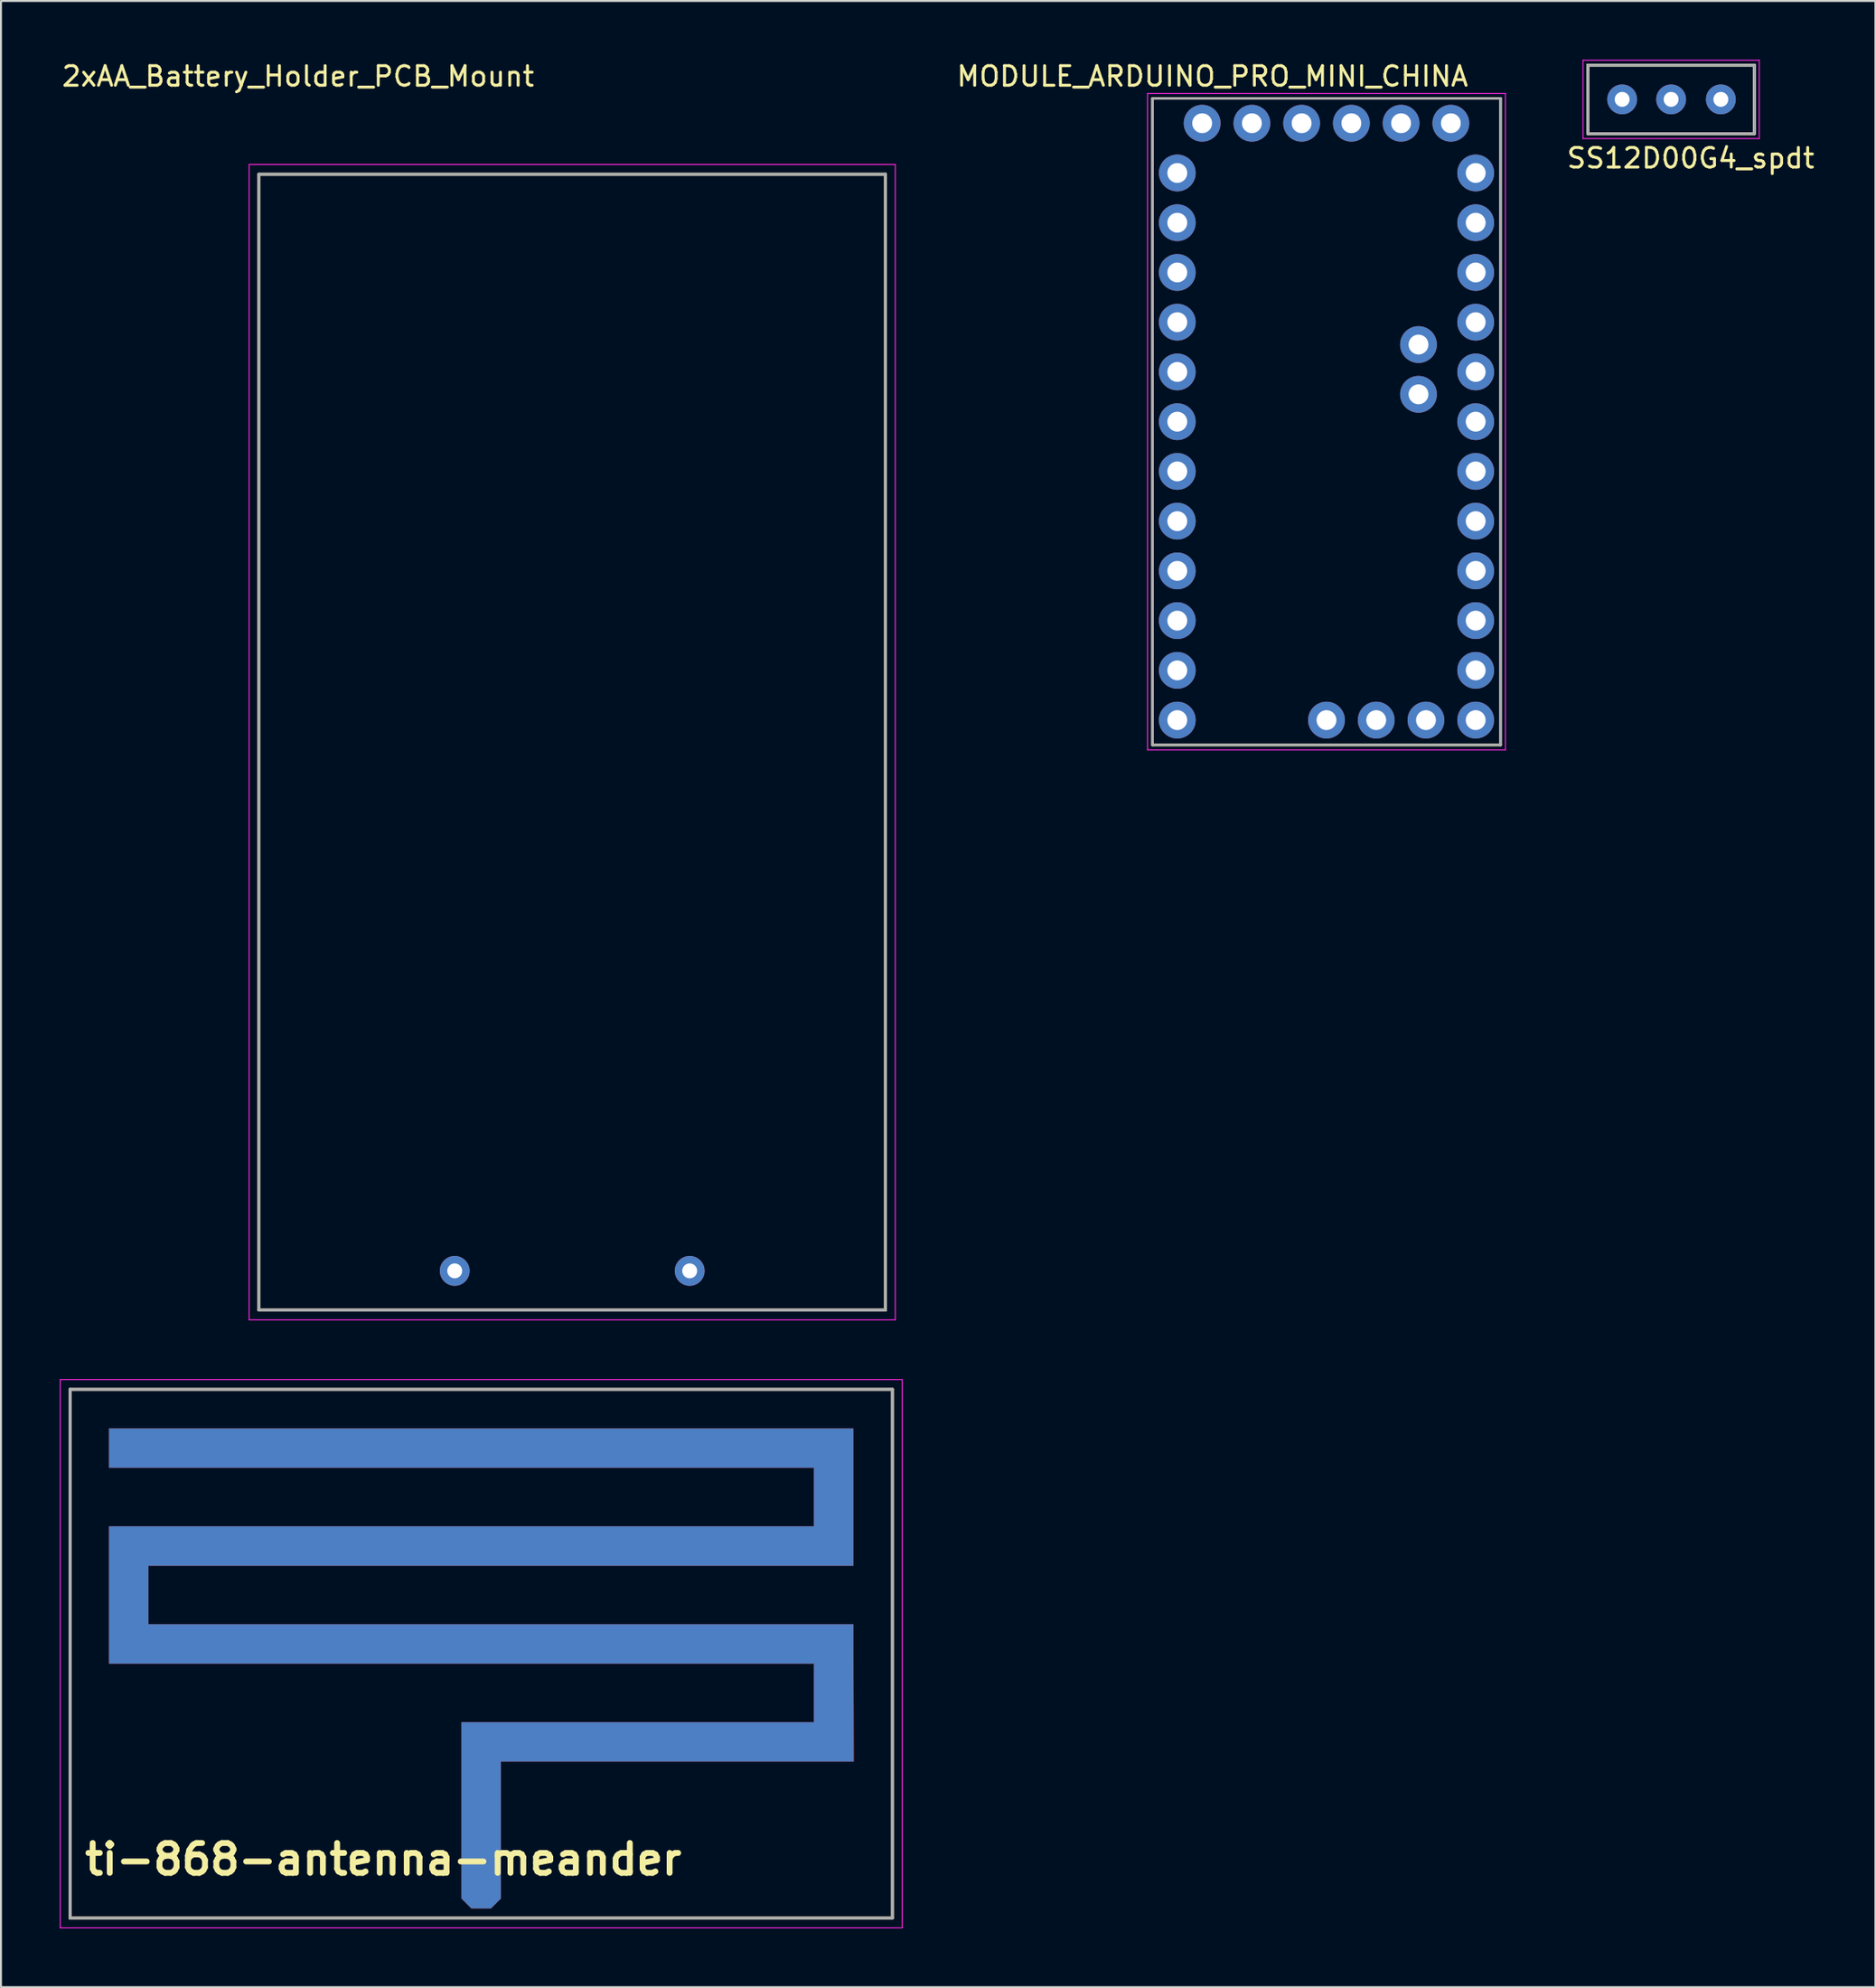
<source format=kicad_pcb>
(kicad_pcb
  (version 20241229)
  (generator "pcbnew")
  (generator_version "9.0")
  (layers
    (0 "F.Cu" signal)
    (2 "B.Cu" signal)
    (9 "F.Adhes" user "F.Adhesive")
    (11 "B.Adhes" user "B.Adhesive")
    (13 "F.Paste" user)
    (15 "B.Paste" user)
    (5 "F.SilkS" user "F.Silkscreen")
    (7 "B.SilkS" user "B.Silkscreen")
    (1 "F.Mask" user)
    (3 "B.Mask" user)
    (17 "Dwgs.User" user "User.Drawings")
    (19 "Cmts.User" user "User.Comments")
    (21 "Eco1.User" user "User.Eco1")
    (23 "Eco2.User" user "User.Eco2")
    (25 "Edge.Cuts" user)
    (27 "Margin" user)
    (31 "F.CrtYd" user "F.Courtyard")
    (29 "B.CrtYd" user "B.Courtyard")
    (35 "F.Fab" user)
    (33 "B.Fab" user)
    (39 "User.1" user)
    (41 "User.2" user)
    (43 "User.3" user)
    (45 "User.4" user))
  (footprint "2xAA_Battery_Holder_PCB_Mount"
    (layer "F.Cu")
    (at 26.173 63.848)
    (property "Reference" "2xAA_Battery_Holder_PCB_Mount" (at -14 -63 0) (layer "F.SilkS") (effects (font (size 1 1) (thickness 0.15))))
    (attr through_hole)
    (fp_line (start -16 -58) (end 16 -58) (stroke (width 0.15) (type solid)) (layer "F.SilkS"))
    (fp_line (start -16 0) (end -16 -58) (stroke (width 0.15) (type solid)) (layer "F.SilkS"))
    (fp_line (start -16 0) (end 16 0) (stroke (width 0.15) (type solid)) (layer "F.SilkS"))
    (fp_line (start 16 0) (end 16 -58) (stroke (width 0.15) (type solid)) (layer "F.SilkS"))
    (fp_line (start -16.5 -58.5) (end 16.5 -58.5) (stroke (width 0.05) (type solid)) (layer "F.CrtYd"))
    (fp_line (start -16.5 0.5) (end -16.5 -58.5) (stroke (width 0.05) (type solid)) (layer "F.CrtYd"))
    (fp_line (start 16.5 -58.5) (end 16.5 0.5) (stroke (width 0.05) (type solid)) (layer "F.CrtYd"))
    (fp_line (start 16.5 0.5) (end -16.5 0.5) (stroke (width 0.05) (type solid)) (layer "F.CrtYd"))
    (fp_line (start -16 -58) (end -16 0) (stroke (width 0.15) (type solid)) (layer "F.Fab"))
    (fp_line (start -16 -58) (end 16 -58) (stroke (width 0.15) (type solid)) (layer "F.Fab"))
    (fp_line (start -16 0) (end 16 0) (stroke (width 0.15) (type solid)) (layer "F.Fab"))
    (fp_line (start 16 0) (end 16 -58) (stroke (width 0.15) (type solid)) (layer "F.Fab"))
    (pad "1" thru_hole circle (at -6 -2) (size 1.524 1.524) (drill 0.762) (layers "*.Cu" "*.Mask"))
    (pad "2" thru_hole circle (at 6 -2) (size 1.524 1.524) (drill 0.762) (layers "*.Cu" "*.Mask")))
  (footprint "SS12D00G4_spdt"
    (layer "F.Cu")
    (at 82.295 2.025)
    (property "Reference" "SS12D00G4_spdt" (at 1 3 0) (layer "F.SilkS") (effects (font (size 1 1) (thickness 0.15))))
    (attr through_hole)
    (fp_line (start -4.25 -1.75) (end -4.25 -1.5) (stroke (width 0.15) (type solid)) (layer "F.SilkS"))
    (fp_line (start -4.25 -1.75) (end -4.25 1.75) (stroke (width 0.15) (type solid)) (layer "F.SilkS"))
    (fp_line (start -4.25 -1.75) (end 4.25 -1.75) (stroke (width 0.15) (type solid)) (layer "F.SilkS"))
    (fp_line (start -4.25 1.75) (end 4.25 1.75) (stroke (width 0.15) (type solid)) (layer "F.SilkS"))
    (fp_line (start 4.25 -1.75) (end 4.25 1.75) (stroke (width 0.15) (type solid)) (layer "F.SilkS"))
    (fp_line (start -4.5 -2) (end -4.5 2) (stroke (width 0.05) (type solid)) (layer "F.CrtYd"))
    (fp_line (start -4.5 2) (end 4.5 2) (stroke (width 0.05) (type solid)) (layer "F.CrtYd"))
    (fp_line (start 4.5 -2) (end -4.5 -2) (stroke (width 0.05) (type solid)) (layer "F.CrtYd"))
    (fp_line (start 4.5 2) (end 4.5 -2) (stroke (width 0.05) (type solid)) (layer "F.CrtYd"))
    (fp_line (start -4.25 -1.75) (end -4.25 1.75) (stroke (width 0.15) (type solid)) (layer "F.Fab"))
    (fp_line (start -4.25 -1.75) (end 4.25 -1.75) (stroke (width 0.15) (type solid)) (layer "F.Fab"))
    (fp_line (start 4.25 -1.75) (end 4.25 1.75) (stroke (width 0.15) (type solid)) (layer "F.Fab"))
    (fp_line (start 4.25 1.75) (end -4.25 1.75) (stroke (width 0.15) (type solid)) (layer "F.Fab"))
    (pad "1" thru_hole circle (at -2.5 0) (size 1.524 1.524) (drill 0.762) (layers "*.Cu" "*.Mask"))
    (pad "2" thru_hole circle (at 0 0) (size 1.524 1.524) (drill 0.762) (layers "*.Cu" "*.Mask"))
    (pad "3" thru_hole circle (at 2.54 0) (size 1.524 1.524) (drill 0.762) (layers "*.Cu" "*.Mask")))
  (footprint "ti-868-antenna-meander"
    (layer "F.Cu")
    (at 21.525 85.898)
    (property "Reference" "ti-868-antenna-meander" (at -5 6 0) (layer "F.SilkS") (effects (font (size 1.524 1.524) (thickness 0.3))))
    (attr through_hole)
    (fp_poly (pts (xy 18.5 -9) (xy -17 -9) (xy -17 -6) (xy 19 -6) (xy 19.034 1) (xy 1 1) (xy 1 8) (xy 0.5 8.5) (xy -0.5 8.5) (xy -1 8) (xy -1 -1) (xy 17 -1) (xy 17 -4) (xy -19 -4) (xy -19 -11) (xy 17 -11) (xy 17 -14) (xy -19 -14) (xy -19 -16) (xy 19 -16) (xy 19 -9)) (stroke (width 0.01) (type solid)) (fill yes) (layer "F.Cu"))
    (fp_poly (pts (xy 18.5 -9) (xy -17 -9) (xy -17 -6) (xy 19 -6) (xy 19 1) (xy 1 1) (xy 1 8) (xy 0.5 8.5) (xy -0.5 8.5) (xy -1 8) (xy -1 -1) (xy 17 -1) (xy 17 -4) (xy -19 -4) (xy -19 -11) (xy 17 -11) (xy 17 -14) (xy -19 -14) (xy -19 -16) (xy 19 -16) (xy 19 -9)) (stroke (width 0.01) (type solid)) (fill yes) (layer "B.Cu"))
    (fp_line (start -21 -18) (end 21 -18) (stroke (width 0.15) (type solid)) (layer "F.SilkS"))
    (fp_line (start -21 9) (end -21 -18) (stroke (width 0.15) (type solid)) (layer "F.SilkS"))
    (fp_line (start 21 -18) (end 21 9) (stroke (width 0.15) (type solid)) (layer "F.SilkS"))
    (fp_line (start 21 9) (end -21 9) (stroke (width 0.15) (type solid)) (layer "F.SilkS"))
    (fp_line (start -21.5 -18.5) (end 21.5 -18.5) (stroke (width 0.05) (type solid)) (layer "F.CrtYd"))
    (fp_line (start -21.5 9.5) (end -21.5 -18.5) (stroke (width 0.05) (type solid)) (layer "F.CrtYd"))
    (fp_line (start 21.5 -18.5) (end 21.5 9.5) (stroke (width 0.05) (type solid)) (layer "F.CrtYd"))
    (fp_line (start 21.5 9.5) (end -21.5 9.5) (stroke (width 0.05) (type solid)) (layer "F.CrtYd"))
    (fp_line (start -21 -18) (end -21 9) (stroke (width 0.15) (type solid)) (layer "F.Fab"))
    (fp_line (start -21 9) (end 21 9) (stroke (width 0.15) (type solid)) (layer "F.Fab"))
    (fp_line (start 21 -18) (end -21 -18) (stroke (width 0.15) (type solid)) (layer "F.Fab"))
    (fp_line (start 21 9) (end 21 -18) (stroke (width 0.15) (type solid)) (layer "F.Fab"))
    (pad "1" smd circle (at 0 7) (size 1.524 1.524) (layers "F.Cu" "F.Mask" "F.Paste")))
  (footprint "MODULE_ARDUINO_PRO_MINI_CHINA"
    (layer "F.Cu")
    (at 64.695 18.483)
    (property "Reference" "MODULE_ARDUINO_PRO_MINI_CHINA" (at -5.825 -17.635 0) (layer "F.SilkS") (effects (font (size 1 1) (thickness 0.15))))
    (attr through_hole)
    (fp_line (start -8.89 -16.51) (end -8.89 16.51) (stroke (width 0.127) (type solid)) (layer "F.SilkS"))
    (fp_line (start -8.89 16.51) (end 8.89 16.51) (stroke (width 0.127) (type solid)) (layer "F.SilkS"))
    (fp_line (start 8.89 -16.51) (end -8.89 -16.51) (stroke (width 0.127) (type solid)) (layer "F.SilkS"))
    (fp_line (start 8.89 16.51) (end 8.89 -16.51) (stroke (width 0.127) (type solid)) (layer "F.SilkS"))
    (fp_line (start -9.14 -16.76) (end 9.14 -16.76) (stroke (width 0.05) (type solid)) (layer "F.CrtYd"))
    (fp_line (start -9.14 16.76) (end -9.14 -16.76) (stroke (width 0.05) (type solid)) (layer "F.CrtYd"))
    (fp_line (start 9.14 -16.76) (end 9.14 16.76) (stroke (width 0.05) (type solid)) (layer "F.CrtYd"))
    (fp_line (start 9.14 16.76) (end -9.14 16.76) (stroke (width 0.05) (type solid)) (layer "F.CrtYd"))
    (fp_line (start -8.89 -16.51) (end -8.89 16.51) (stroke (width 0.127) (type solid)) (layer "F.Fab"))
    (fp_line (start -8.89 16.51) (end 8.89 16.51) (stroke (width 0.127) (type solid)) (layer "F.Fab"))
    (fp_line (start 8.89 -16.51) (end -8.89 -16.51) (stroke (width 0.127) (type solid)) (layer "F.Fab"))
    (fp_line (start 8.89 16.51) (end 8.89 -16.51) (stroke (width 0.127) (type solid)) (layer "F.Fab"))
    (pad "JP1_1" thru_hole circle (at -6.35 -15.24) (size 1.88 1.88) (drill 1.016) (layers "*.Cu" "*.Mask"))
    (pad "JP1_2" thru_hole circle (at -3.81 -15.24) (size 1.88 1.88) (drill 1.016) (layers "*.Cu" "*.Mask"))
    (pad "JP1_3" thru_hole circle (at -1.27 -15.24) (size 1.88 1.88) (drill 1.016) (layers "*.Cu" "*.Mask"))
    (pad "JP1_4" thru_hole circle (at 1.27 -15.24) (size 1.88 1.88) (drill 1.016) (layers "*.Cu" "*.Mask"))
    (pad "JP1_5" thru_hole circle (at 3.81 -15.24) (size 1.88 1.88) (drill 1.016) (layers "*.Cu" "*.Mask"))
    (pad "JP1_6" thru_hole circle (at 0 15.24) (size 1.88 1.88) (drill 1.016) (layers "*.Cu" "*.Mask"))
    (pad "JP1_6" thru_hole circle (at 6.35 -15.24) (size 1.88 1.88) (drill 1.016) (layers "*.Cu" "*.Mask"))
    (pad "JP2_1" thru_hole circle (at 4.699 -1.397) (size 1.88 1.88) (drill 1.016) (layers "*.Cu" "*.Mask"))
    (pad "JP2_2" thru_hole circle (at 4.699 -3.937) (size 1.88 1.88) (drill 1.016) (layers "*.Cu" "*.Mask"))
    (pad "JP3_1" thru_hole circle (at 2.54 15.24) (size 1.88 1.88) (drill 1.016) (layers "*.Cu" "*.Mask"))
    (pad "JP3_2" thru_hole circle (at 5.08 15.24) (size 1.88 1.88) (drill 1.016) (layers "*.Cu" "*.Mask"))
    (pad "JP6_1" thru_hole circle (at 7.62 -12.7) (size 1.88 1.88) (drill 1.016) (layers "*.Cu" "*.Mask"))
    (pad "JP6_2" thru_hole circle (at 7.62 -10.16) (size 1.88 1.88) (drill 1.016) (layers "*.Cu" "*.Mask"))
    (pad "JP6_3" thru_hole circle (at 7.62 -7.62) (size 1.88 1.88) (drill 1.016) (layers "*.Cu" "*.Mask"))
    (pad "JP6_4" thru_hole circle (at 7.62 -5.08) (size 1.88 1.88) (drill 1.016) (layers "*.Cu" "*.Mask"))
    (pad "JP6_5" thru_hole circle (at 7.62 -2.54) (size 1.88 1.88) (drill 1.016) (layers "*.Cu" "*.Mask"))
    (pad "JP6_6" thru_hole circle (at 7.62 0) (size 1.88 1.88) (drill 1.016) (layers "*.Cu" "*.Mask"))
    (pad "JP6_7" thru_hole circle (at 7.62 2.54) (size 1.88 1.88) (drill 1.016) (layers "*.Cu" "*.Mask"))
    (pad "JP6_8" thru_hole circle (at 7.62 5.08) (size 1.88 1.88) (drill 1.016) (layers "*.Cu" "*.Mask"))
    (pad "JP6_9" thru_hole circle (at 7.62 7.62) (size 1.88 1.88) (drill 1.016) (layers "*.Cu" "*.Mask"))
    (pad "JP6_10" thru_hole circle (at 7.62 10.16) (size 1.88 1.88) (drill 1.016) (layers "*.Cu" "*.Mask"))
    (pad "JP6_11" thru_hole circle (at 7.62 12.7) (size 1.88 1.88) (drill 1.016) (layers "*.Cu" "*.Mask"))
    (pad "JP6_12" thru_hole circle (at 7.62 15.24) (size 1.88 1.88) (drill 1.016) (layers "*.Cu" "*.Mask"))
    (pad "JP7_1" thru_hole circle (at -7.62 15.24) (size 1.88 1.88) (drill 1.016) (layers "*.Cu" "*.Mask"))
    (pad "JP7_2" thru_hole circle (at -7.62 12.7) (size 1.88 1.88) (drill 1.016) (layers "*.Cu" "*.Mask"))
    (pad "JP7_3" thru_hole circle (at -7.62 10.16) (size 1.88 1.88) (drill 1.016) (layers "*.Cu" "*.Mask"))
    (pad "JP7_4" thru_hole circle (at -7.62 7.62) (size 1.88 1.88) (drill 1.016) (layers "*.Cu" "*.Mask"))
    (pad "JP7_5" thru_hole circle (at -7.62 5.08) (size 1.88 1.88) (drill 1.016) (layers "*.Cu" "*.Mask"))
    (pad "JP7_6" thru_hole circle (at -7.62 2.54) (size 1.88 1.88) (drill 1.016) (layers "*.Cu" "*.Mask"))
    (pad "JP7_7" thru_hole circle (at -7.62 0) (size 1.88 1.88) (drill 1.016) (layers "*.Cu" "*.Mask"))
    (pad "JP7_8" thru_hole circle (at -7.62 -2.54) (size 1.88 1.88) (drill 1.016) (layers "*.Cu" "*.Mask"))
    (pad "JP7_9" thru_hole circle (at -7.62 -5.08) (size 1.88 1.88) (drill 1.016) (layers "*.Cu" "*.Mask"))
    (pad "JP7_10" thru_hole circle (at -7.62 -7.62) (size 1.88 1.88) (drill 1.016) (layers "*.Cu" "*.Mask"))
    (pad "JP7_11" thru_hole circle (at -7.62 -10.16) (size 1.88 1.88) (drill 1.016) (layers "*.Cu" "*.Mask"))
    (pad "JP7_12" thru_hole circle (at -7.62 -12.7) (size 1.88 1.88) (drill 1.016) (layers "*.Cu" "*.Mask")))
  (gr_rect
    (start -3 -3)
    (end 92.729 98.423)
    (stroke (width 0.1) (type default))
    (fill no)
    (layer "Edge.Cuts")))
</source>
